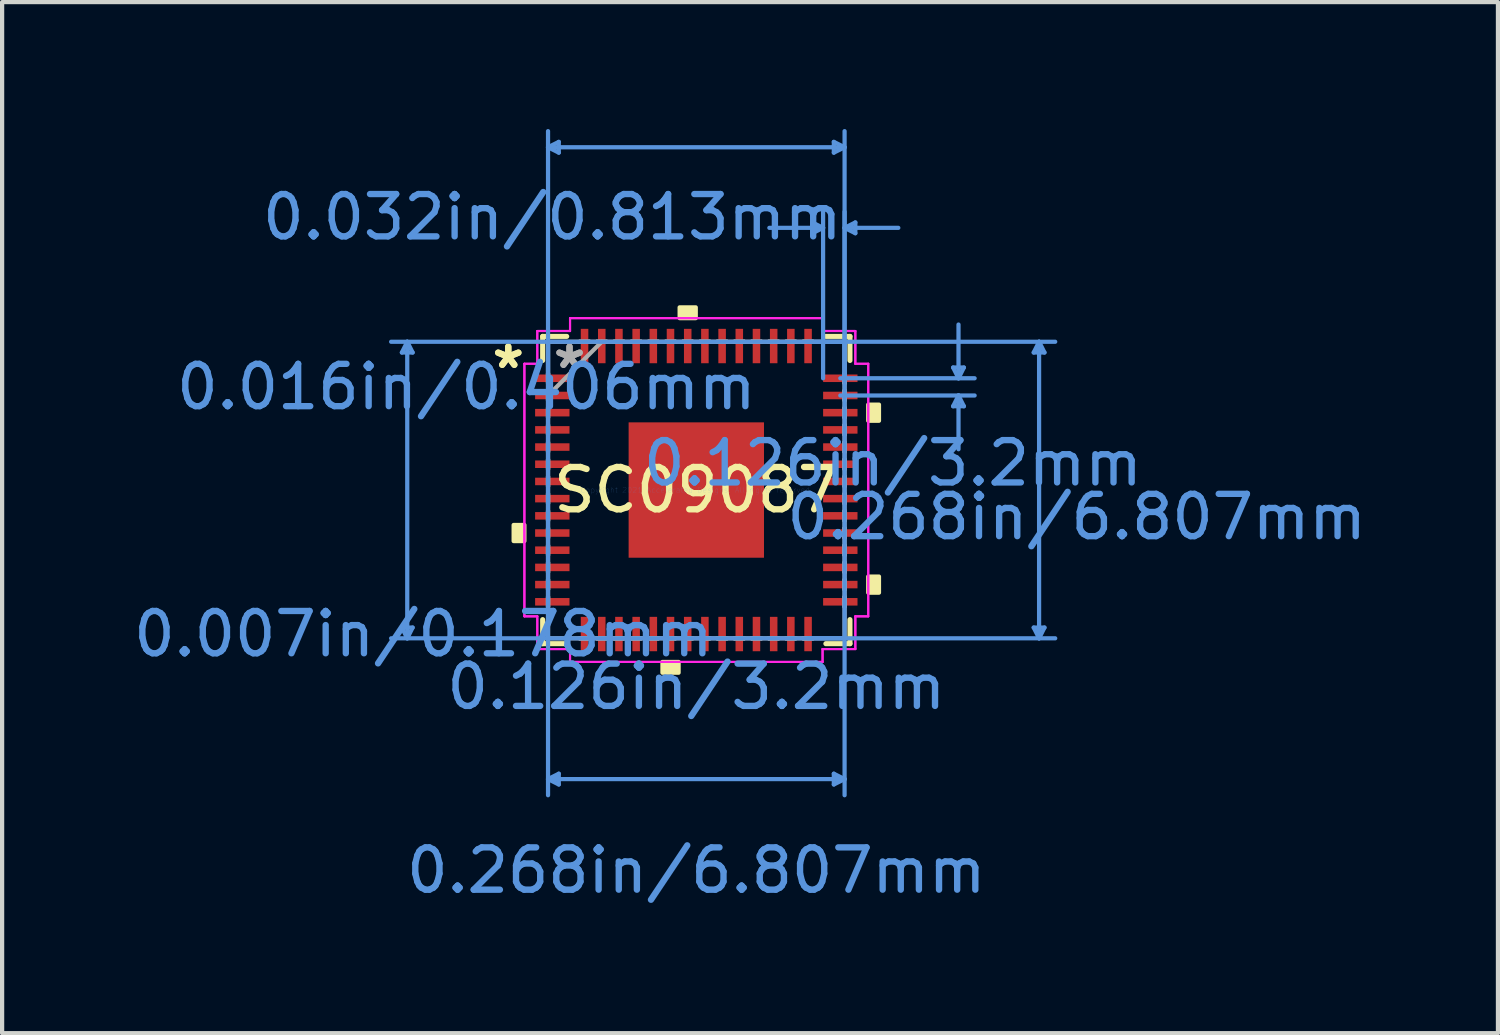
<source format=kicad_pcb>
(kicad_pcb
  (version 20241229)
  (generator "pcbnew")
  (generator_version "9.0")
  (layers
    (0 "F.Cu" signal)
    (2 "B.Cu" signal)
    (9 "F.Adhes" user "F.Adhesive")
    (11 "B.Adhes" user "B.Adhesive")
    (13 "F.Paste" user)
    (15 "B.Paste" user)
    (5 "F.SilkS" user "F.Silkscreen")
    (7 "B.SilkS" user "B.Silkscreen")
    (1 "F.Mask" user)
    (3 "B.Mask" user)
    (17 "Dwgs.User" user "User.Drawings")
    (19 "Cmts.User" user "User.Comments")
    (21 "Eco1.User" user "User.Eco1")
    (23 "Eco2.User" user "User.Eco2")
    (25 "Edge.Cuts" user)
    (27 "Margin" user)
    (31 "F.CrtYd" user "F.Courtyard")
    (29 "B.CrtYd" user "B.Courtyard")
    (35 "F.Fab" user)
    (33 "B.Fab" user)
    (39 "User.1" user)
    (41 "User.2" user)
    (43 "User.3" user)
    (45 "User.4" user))
  (footprint "SC09087"
    (layer "F.Cu")
    (at 13.41 8.534)
    (property "Reference" "SC09087" (at 0 0 0) (layer "F.SilkS") (effects (font (size 1 1) (thickness 0.15))))
    (attr through_hole)
    (fp_line (start -3.632 -3.632) (end -3.632 -3.063) (stroke (width 0.12) (type solid)) (layer "F.SilkS"))
    (fp_line (start -3.632 3.063) (end -3.632 3.632) (stroke (width 0.12) (type solid)) (layer "F.SilkS"))
    (fp_line (start -3.632 3.632) (end -3.063 3.632) (stroke (width 0.12) (type solid)) (layer "F.SilkS"))
    (fp_line (start -3.063 -3.632) (end -3.632 -3.632) (stroke (width 0.12) (type solid)) (layer "F.SilkS"))
    (fp_line (start 3.063 3.632) (end 3.632 3.632) (stroke (width 0.12) (type solid)) (layer "F.SilkS"))
    (fp_line (start 3.632 -3.632) (end 3.063 -3.632) (stroke (width 0.12) (type solid)) (layer "F.SilkS"))
    (fp_line (start 3.632 -3.063) (end 3.632 -3.632) (stroke (width 0.12) (type solid)) (layer "F.SilkS"))
    (fp_line (start 3.632 3.632) (end 3.632 3.063) (stroke (width 0.12) (type solid)) (layer "F.SilkS"))
    (fp_poly (pts (xy -4.318 0.826) (xy -4.318 1.206) (xy -4.064 1.206) (xy -4.064 0.826)) (stroke (width 0.1) (type solid)) (fill yes) (layer "F.SilkS"))
    (fp_poly (pts (xy -0.8 4.064) (xy -0.8 4.318) (xy -0.419 4.318) (xy -0.419 4.064)) (stroke (width 0.1) (type solid)) (fill yes) (layer "F.SilkS"))
    (fp_poly (pts (xy -0.394 -4.064) (xy -0.394 -4.318) (xy -0.013 -4.318) (xy -0.013 -4.064)) (stroke (width 0.1) (type solid)) (fill yes) (layer "F.SilkS"))
    (fp_poly (pts (xy 4.318 -2.019) (xy 4.318 -1.638) (xy 4.064 -1.638) (xy 4.064 -2.019)) (stroke (width 0.1) (type solid)) (fill yes) (layer "F.SilkS"))
    (fp_poly (pts (xy 4.318 2.045) (xy 4.318 2.426) (xy 4.064 2.426) (xy 4.064 2.045)) (stroke (width 0.1) (type solid)) (fill yes) (layer "F.SilkS"))
    (fp_poly (pts (xy -1.5 -1.5) (xy -1.5 -0.1) (xy -0.1 -0.1) (xy -0.1 -1.5)) (stroke (width 0.1) (type solid)) (fill yes) (layer "F.Paste"))
    (fp_poly (pts (xy -1.5 0.1) (xy -1.5 1.5) (xy -0.1 1.5) (xy -0.1 0.1)) (stroke (width 0.1) (type solid)) (fill yes) (layer "F.Paste"))
    (fp_poly (pts (xy 0.1 -1.5) (xy 0.1 -0.1) (xy 1.5 -0.1) (xy 1.5 -1.5)) (stroke (width 0.1) (type solid)) (fill yes) (layer "F.Paste"))
    (fp_poly (pts (xy 0.1 0.1) (xy 0.1 1.5) (xy 1.5 1.5) (xy 1.5 0.1)) (stroke (width 0.1) (type solid)) (fill yes) (layer "F.Paste"))
    (fp_line (start -6.96 -3.251) (end -6.706 -3.251) (stroke (width 0.1) (type solid)) (layer "Cmts.User"))
    (fp_line (start -6.96 3.251) (end -6.706 3.251) (stroke (width 0.1) (type solid)) (layer "Cmts.User"))
    (fp_line (start -6.833 -3.505) (end -6.96 -3.251) (stroke (width 0.1) (type solid)) (layer "Cmts.User"))
    (fp_line (start -6.833 -3.505) (end -6.833 3.505) (stroke (width 0.1) (type solid)) (layer "Cmts.User"))
    (fp_line (start -6.833 -3.505) (end -6.706 -3.251) (stroke (width 0.1) (type solid)) (layer "Cmts.User"))
    (fp_line (start -6.833 3.505) (end -6.96 3.251) (stroke (width 0.1) (type solid)) (layer "Cmts.User"))
    (fp_line (start -6.833 3.505) (end -6.706 3.251) (stroke (width 0.1) (type solid)) (layer "Cmts.User"))
    (fp_line (start -3.505 -8.103) (end -3.251 -8.23) (stroke (width 0.1) (type solid)) (layer "Cmts.User"))
    (fp_line (start -3.505 -8.103) (end -3.251 -7.976) (stroke (width 0.1) (type solid)) (layer "Cmts.User"))
    (fp_line (start -3.505 -8.103) (end 3.505 -8.103) (stroke (width 0.1) (type solid)) (layer "Cmts.User"))
    (fp_line (start -3.505 -3.505) (end -3.505 7.214) (stroke (width 0.1) (type solid)) (layer "Cmts.User"))
    (fp_line (start -3.505 -2.642) (end -3.505 -8.484) (stroke (width 0.1) (type solid)) (layer "Cmts.User"))
    (fp_line (start -3.505 6.833) (end -3.251 6.706) (stroke (width 0.1) (type solid)) (layer "Cmts.User"))
    (fp_line (start -3.505 6.833) (end -3.251 6.96) (stroke (width 0.1) (type solid)) (layer "Cmts.User"))
    (fp_line (start -3.505 6.833) (end 3.505 6.833) (stroke (width 0.1) (type solid)) (layer "Cmts.User"))
    (fp_line (start -3.251 -8.23) (end -3.251 -7.976) (stroke (width 0.1) (type solid)) (layer "Cmts.User"))
    (fp_line (start -3.251 6.706) (end -3.251 6.96) (stroke (width 0.1) (type solid)) (layer "Cmts.User"))
    (fp_line (start 2.642 -3.505) (end 8.484 -3.505) (stroke (width 0.1) (type solid)) (layer "Cmts.User"))
    (fp_line (start 2.642 3.505) (end 8.484 3.505) (stroke (width 0.1) (type solid)) (layer "Cmts.User"))
    (fp_line (start 2.743 -6.325) (end 2.743 -6.071) (stroke (width 0.1) (type solid)) (layer "Cmts.User"))
    (fp_line (start 2.997 -6.198) (end 1.727 -6.198) (stroke (width 0.1) (type solid)) (layer "Cmts.User"))
    (fp_line (start 2.997 -6.198) (end 2.743 -6.325) (stroke (width 0.1) (type solid)) (layer "Cmts.User"))
    (fp_line (start 2.997 -6.198) (end 2.743 -6.071) (stroke (width 0.1) (type solid)) (layer "Cmts.User"))
    (fp_line (start 2.997 -2.642) (end 2.997 -6.579) (stroke (width 0.1) (type solid)) (layer "Cmts.User"))
    (fp_line (start 3.251 -8.23) (end 3.251 -7.976) (stroke (width 0.1) (type solid)) (layer "Cmts.User"))
    (fp_line (start 3.251 6.706) (end 3.251 6.96) (stroke (width 0.1) (type solid)) (layer "Cmts.User"))
    (fp_line (start 3.404 -2.642) (end 6.579 -2.642) (stroke (width 0.1) (type solid)) (layer "Cmts.User"))
    (fp_line (start 3.404 -2.235) (end 6.579 -2.235) (stroke (width 0.1) (type solid)) (layer "Cmts.User"))
    (fp_line (start 3.505 -8.103) (end 3.251 -8.23) (stroke (width 0.1) (type solid)) (layer "Cmts.User"))
    (fp_line (start 3.505 -8.103) (end 3.251 -7.976) (stroke (width 0.1) (type solid)) (layer "Cmts.User"))
    (fp_line (start 3.505 -6.198) (end 3.759 -6.325) (stroke (width 0.1) (type solid)) (layer "Cmts.User"))
    (fp_line (start 3.505 -6.198) (end 3.759 -6.071) (stroke (width 0.1) (type solid)) (layer "Cmts.User"))
    (fp_line (start 3.505 -6.198) (end 4.775 -6.198) (stroke (width 0.1) (type solid)) (layer "Cmts.User"))
    (fp_line (start 3.505 -3.505) (end -7.214 -3.505) (stroke (width 0.1) (type solid)) (layer "Cmts.User"))
    (fp_line (start 3.505 -3.505) (end 3.505 7.214) (stroke (width 0.1) (type solid)) (layer "Cmts.User"))
    (fp_line (start 3.505 -2.642) (end 3.505 -8.484) (stroke (width 0.1) (type solid)) (layer "Cmts.User"))
    (fp_line (start 3.505 -2.642) (end 3.505 -6.579) (stroke (width 0.1) (type solid)) (layer "Cmts.User"))
    (fp_line (start 3.505 3.505) (end -7.214 3.505) (stroke (width 0.1) (type solid)) (layer "Cmts.User"))
    (fp_line (start 3.505 6.833) (end 3.251 6.706) (stroke (width 0.1) (type solid)) (layer "Cmts.User"))
    (fp_line (start 3.505 6.833) (end 3.251 6.96) (stroke (width 0.1) (type solid)) (layer "Cmts.User"))
    (fp_line (start 3.759 -6.325) (end 3.759 -6.071) (stroke (width 0.1) (type solid)) (layer "Cmts.User"))
    (fp_line (start 6.071 -2.896) (end 6.325 -2.896) (stroke (width 0.1) (type solid)) (layer "Cmts.User"))
    (fp_line (start 6.071 -1.981) (end 6.325 -1.981) (stroke (width 0.1) (type solid)) (layer "Cmts.User"))
    (fp_line (start 6.198 -2.642) (end 6.071 -2.896) (stroke (width 0.1) (type solid)) (layer "Cmts.User"))
    (fp_line (start 6.198 -2.642) (end 6.198 -3.912) (stroke (width 0.1) (type solid)) (layer "Cmts.User"))
    (fp_line (start 6.198 -2.642) (end 6.325 -2.896) (stroke (width 0.1) (type solid)) (layer "Cmts.User"))
    (fp_line (start 6.198 -2.235) (end 6.071 -1.981) (stroke (width 0.1) (type solid)) (layer "Cmts.User"))
    (fp_line (start 6.198 -2.235) (end 6.198 -0.965) (stroke (width 0.1) (type solid)) (layer "Cmts.User"))
    (fp_line (start 6.198 -2.235) (end 6.325 -1.981) (stroke (width 0.1) (type solid)) (layer "Cmts.User"))
    (fp_line (start 7.976 -3.251) (end 8.23 -3.251) (stroke (width 0.1) (type solid)) (layer "Cmts.User"))
    (fp_line (start 7.976 3.251) (end 8.23 3.251) (stroke (width 0.1) (type solid)) (layer "Cmts.User"))
    (fp_line (start 8.103 -3.505) (end 7.976 -3.251) (stroke (width 0.1) (type solid)) (layer "Cmts.User"))
    (fp_line (start 8.103 -3.505) (end 8.103 3.505) (stroke (width 0.1) (type solid)) (layer "Cmts.User"))
    (fp_line (start 8.103 -3.505) (end 8.23 -3.251) (stroke (width 0.1) (type solid)) (layer "Cmts.User"))
    (fp_line (start 8.103 3.505) (end 7.976 3.251) (stroke (width 0.1) (type solid)) (layer "Cmts.User"))
    (fp_line (start 8.103 3.505) (end 8.23 3.251) (stroke (width 0.1) (type solid)) (layer "Cmts.User"))
    (fp_line (start -4.064 -2.985) (end -3.759 -2.985) (stroke (width 0.05) (type solid)) (layer "F.CrtYd"))
    (fp_line (start -4.064 -2.985) (end -3.759 -2.985) (stroke (width 0.05) (type solid)) (layer "F.CrtYd"))
    (fp_line (start -4.064 2.985) (end -4.064 -2.985) (stroke (width 0.05) (type solid)) (layer "F.CrtYd"))
    (fp_line (start -4.064 2.985) (end -4.064 -2.985) (stroke (width 0.05) (type solid)) (layer "F.CrtYd"))
    (fp_line (start -3.759 -3.759) (end -2.985 -3.759) (stroke (width 0.05) (type solid)) (layer "F.CrtYd"))
    (fp_line (start -3.759 -3.759) (end -2.985 -3.759) (stroke (width 0.05) (type solid)) (layer "F.CrtYd"))
    (fp_line (start -3.759 -2.985) (end -3.759 -3.759) (stroke (width 0.05) (type solid)) (layer "F.CrtYd"))
    (fp_line (start -3.759 -2.985) (end -3.759 -3.759) (stroke (width 0.05) (type solid)) (layer "F.CrtYd"))
    (fp_line (start -3.759 2.985) (end -4.064 2.985) (stroke (width 0.05) (type solid)) (layer "F.CrtYd"))
    (fp_line (start -3.759 2.985) (end -4.064 2.985) (stroke (width 0.05) (type solid)) (layer "F.CrtYd"))
    (fp_line (start -3.759 3.759) (end -3.759 2.985) (stroke (width 0.05) (type solid)) (layer "F.CrtYd"))
    (fp_line (start -3.759 3.759) (end -3.759 2.985) (stroke (width 0.05) (type solid)) (layer "F.CrtYd"))
    (fp_line (start -2.985 -4.064) (end 2.985 -4.064) (stroke (width 0.05) (type solid)) (layer "F.CrtYd"))
    (fp_line (start -2.985 -4.064) (end 2.985 -4.064) (stroke (width 0.05) (type solid)) (layer "F.CrtYd"))
    (fp_line (start -2.985 -3.759) (end -2.985 -4.064) (stroke (width 0.05) (type solid)) (layer "F.CrtYd"))
    (fp_line (start -2.985 -3.759) (end -2.985 -4.064) (stroke (width 0.05) (type solid)) (layer "F.CrtYd"))
    (fp_line (start -2.985 3.759) (end -3.759 3.759) (stroke (width 0.05) (type solid)) (layer "F.CrtYd"))
    (fp_line (start -2.985 3.759) (end -3.759 3.759) (stroke (width 0.05) (type solid)) (layer "F.CrtYd"))
    (fp_line (start -2.985 4.064) (end -2.985 3.759) (stroke (width 0.05) (type solid)) (layer "F.CrtYd"))
    (fp_line (start -2.985 4.064) (end -2.985 3.759) (stroke (width 0.05) (type solid)) (layer "F.CrtYd"))
    (fp_line (start 2.985 -4.064) (end 2.985 -3.759) (stroke (width 0.05) (type solid)) (layer "F.CrtYd"))
    (fp_line (start 2.985 -4.064) (end 2.985 -3.759) (stroke (width 0.05) (type solid)) (layer "F.CrtYd"))
    (fp_line (start 2.985 -3.759) (end 3.759 -3.759) (stroke (width 0.05) (type solid)) (layer "F.CrtYd"))
    (fp_line (start 2.985 -3.759) (end 3.759 -3.759) (stroke (width 0.05) (type solid)) (layer "F.CrtYd"))
    (fp_line (start 2.985 3.759) (end 2.985 4.064) (stroke (width 0.05) (type solid)) (layer "F.CrtYd"))
    (fp_line (start 2.985 3.759) (end 2.985 4.064) (stroke (width 0.05) (type solid)) (layer "F.CrtYd"))
    (fp_line (start 2.985 4.064) (end -2.985 4.064) (stroke (width 0.05) (type solid)) (layer "F.CrtYd"))
    (fp_line (start 2.985 4.064) (end -2.985 4.064) (stroke (width 0.05) (type solid)) (layer "F.CrtYd"))
    (fp_line (start 3.759 -3.759) (end 3.759 -2.985) (stroke (width 0.05) (type solid)) (layer "F.CrtYd"))
    (fp_line (start 3.759 -3.759) (end 3.759 -2.985) (stroke (width 0.05) (type solid)) (layer "F.CrtYd"))
    (fp_line (start 3.759 -2.985) (end 4.064 -2.985) (stroke (width 0.05) (type solid)) (layer "F.CrtYd"))
    (fp_line (start 3.759 -2.985) (end 4.064 -2.985) (stroke (width 0.05) (type solid)) (layer "F.CrtYd"))
    (fp_line (start 3.759 2.985) (end 3.759 3.759) (stroke (width 0.05) (type solid)) (layer "F.CrtYd"))
    (fp_line (start 3.759 2.985) (end 3.759 3.759) (stroke (width 0.05) (type solid)) (layer "F.CrtYd"))
    (fp_line (start 3.759 3.759) (end 2.985 3.759) (stroke (width 0.05) (type solid)) (layer "F.CrtYd"))
    (fp_line (start 3.759 3.759) (end 2.985 3.759) (stroke (width 0.05) (type solid)) (layer "F.CrtYd"))
    (fp_line (start 4.064 -2.985) (end 4.064 2.985) (stroke (width 0.05) (type solid)) (layer "F.CrtYd"))
    (fp_line (start 4.064 -2.985) (end 4.064 2.985) (stroke (width 0.05) (type solid)) (layer "F.CrtYd"))
    (fp_line (start 4.064 2.985) (end 3.759 2.985) (stroke (width 0.05) (type solid)) (layer "F.CrtYd"))
    (fp_line (start 4.064 2.985) (end 3.759 2.985) (stroke (width 0.05) (type solid)) (layer "F.CrtYd"))
    (fp_line (start -3.505 -3.505) (end -3.505 -3.505) (stroke (width 0.1) (type solid)) (layer "F.Fab"))
    (fp_line (start -3.505 -3.505) (end -3.505 3.505) (stroke (width 0.1) (type solid)) (layer "F.Fab"))
    (fp_line (start -3.505 -2.756) (end -3.505 -2.756) (stroke (width 0.1) (type solid)) (layer "F.Fab"))
    (fp_line (start -3.505 -2.756) (end -3.505 -2.527) (stroke (width 0.1) (type solid)) (layer "F.Fab"))
    (fp_line (start -3.505 -2.527) (end -3.505 -2.756) (stroke (width 0.1) (type solid)) (layer "F.Fab"))
    (fp_line (start -3.505 -2.527) (end -3.505 -2.527) (stroke (width 0.1) (type solid)) (layer "F.Fab"))
    (fp_line (start -3.505 -2.349) (end -3.505 -2.349) (stroke (width 0.1) (type solid)) (layer "F.Fab"))
    (fp_line (start -3.505 -2.349) (end -3.505 -2.121) (stroke (width 0.1) (type solid)) (layer "F.Fab"))
    (fp_line (start -3.505 -2.235) (end -2.235 -3.505) (stroke (width 0.1) (type solid)) (layer "F.Fab"))
    (fp_line (start -3.505 -2.121) (end -3.505 -2.349) (stroke (width 0.1) (type solid)) (layer "F.Fab"))
    (fp_line (start -3.505 -2.121) (end -3.505 -2.121) (stroke (width 0.1) (type solid)) (layer "F.Fab"))
    (fp_line (start -3.505 -1.943) (end -3.505 -1.943) (stroke (width 0.1) (type solid)) (layer "F.Fab"))
    (fp_line (start -3.505 -1.943) (end -3.505 -1.714) (stroke (width 0.1) (type solid)) (layer "F.Fab"))
    (fp_line (start -3.505 -1.714) (end -3.505 -1.943) (stroke (width 0.1) (type solid)) (layer "F.Fab"))
    (fp_line (start -3.505 -1.714) (end -3.505 -1.714) (stroke (width 0.1) (type solid)) (layer "F.Fab"))
    (fp_line (start -3.505 -1.537) (end -3.505 -1.537) (stroke (width 0.1) (type solid)) (layer "F.Fab"))
    (fp_line (start -3.505 -1.537) (end -3.505 -1.308) (stroke (width 0.1) (type solid)) (layer "F.Fab"))
    (fp_line (start -3.505 -1.308) (end -3.505 -1.537) (stroke (width 0.1) (type solid)) (layer "F.Fab"))
    (fp_line (start -3.505 -1.308) (end -3.505 -1.308) (stroke (width 0.1) (type solid)) (layer "F.Fab"))
    (fp_line (start -3.505 -1.13) (end -3.505 -1.13) (stroke (width 0.1) (type solid)) (layer "F.Fab"))
    (fp_line (start -3.505 -1.13) (end -3.505 -0.902) (stroke (width 0.1) (type solid)) (layer "F.Fab"))
    (fp_line (start -3.505 -0.902) (end -3.505 -1.13) (stroke (width 0.1) (type solid)) (layer "F.Fab"))
    (fp_line (start -3.505 -0.902) (end -3.505 -0.902) (stroke (width 0.1) (type solid)) (layer "F.Fab"))
    (fp_line (start -3.505 -0.724) (end -3.505 -0.724) (stroke (width 0.1) (type solid)) (layer "F.Fab"))
    (fp_line (start -3.505 -0.724) (end -3.505 -0.495) (stroke (width 0.1) (type solid)) (layer "F.Fab"))
    (fp_line (start -3.505 -0.495) (end -3.505 -0.724) (stroke (width 0.1) (type solid)) (layer "F.Fab"))
    (fp_line (start -3.505 -0.495) (end -3.505 -0.495) (stroke (width 0.1) (type solid)) (layer "F.Fab"))
    (fp_line (start -3.505 -0.318) (end -3.505 -0.318) (stroke (width 0.1) (type solid)) (layer "F.Fab"))
    (fp_line (start -3.505 -0.318) (end -3.505 -0.089) (stroke (width 0.1) (type solid)) (layer "F.Fab"))
    (fp_line (start -3.505 -0.089) (end -3.505 -0.318) (stroke (width 0.1) (type solid)) (layer "F.Fab"))
    (fp_line (start -3.505 -0.089) (end -3.505 -0.089) (stroke (width 0.1) (type solid)) (layer "F.Fab"))
    (fp_line (start -3.505 0.089) (end -3.505 0.089) (stroke (width 0.1) (type solid)) (layer "F.Fab"))
    (fp_line (start -3.505 0.089) (end -3.505 0.318) (stroke (width 0.1) (type solid)) (layer "F.Fab"))
    (fp_line (start -3.505 0.318) (end -3.505 0.089) (stroke (width 0.1) (type solid)) (layer "F.Fab"))
    (fp_line (start -3.505 0.318) (end -3.505 0.318) (stroke (width 0.1) (type solid)) (layer "F.Fab"))
    (fp_line (start -3.505 0.495) (end -3.505 0.495) (stroke (width 0.1) (type solid)) (layer "F.Fab"))
    (fp_line (start -3.505 0.495) (end -3.505 0.724) (stroke (width 0.1) (type solid)) (layer "F.Fab"))
    (fp_line (start -3.505 0.724) (end -3.505 0.495) (stroke (width 0.1) (type solid)) (layer "F.Fab"))
    (fp_line (start -3.505 0.724) (end -3.505 0.724) (stroke (width 0.1) (type solid)) (layer "F.Fab"))
    (fp_line (start -3.505 0.902) (end -3.505 0.902) (stroke (width 0.1) (type solid)) (layer "F.Fab"))
    (fp_line (start -3.505 0.902) (end -3.505 1.13) (stroke (width 0.1) (type solid)) (layer "F.Fab"))
    (fp_line (start -3.505 1.13) (end -3.505 0.902) (stroke (width 0.1) (type solid)) (layer "F.Fab"))
    (fp_line (start -3.505 1.13) (end -3.505 1.13) (stroke (width 0.1) (type solid)) (layer "F.Fab"))
    (fp_line (start -3.505 1.308) (end -3.505 1.308) (stroke (width 0.1) (type solid)) (layer "F.Fab"))
    (fp_line (start -3.505 1.308) (end -3.505 1.537) (stroke (width 0.1) (type solid)) (layer "F.Fab"))
    (fp_line (start -3.505 1.537) (end -3.505 1.308) (stroke (width 0.1) (type solid)) (layer "F.Fab"))
    (fp_line (start -3.505 1.537) (end -3.505 1.537) (stroke (width 0.1) (type solid)) (layer "F.Fab"))
    (fp_line (start -3.505 1.714) (end -3.505 1.714) (stroke (width 0.1) (type solid)) (layer "F.Fab"))
    (fp_line (start -3.505 1.714) (end -3.505 1.943) (stroke (width 0.1) (type solid)) (layer "F.Fab"))
    (fp_line (start -3.505 1.943) (end -3.505 1.714) (stroke (width 0.1) (type solid)) (layer "F.Fab"))
    (fp_line (start -3.505 1.943) (end -3.505 1.943) (stroke (width 0.1) (type solid)) (layer "F.Fab"))
    (fp_line (start -3.505 2.121) (end -3.505 2.121) (stroke (width 0.1) (type solid)) (layer "F.Fab"))
    (fp_line (start -3.505 2.121) (end -3.505 2.349) (stroke (width 0.1) (type solid)) (layer "F.Fab"))
    (fp_line (start -3.505 2.349) (end -3.505 2.121) (stroke (width 0.1) (type solid)) (layer "F.Fab"))
    (fp_line (start -3.505 2.349) (end -3.505 2.349) (stroke (width 0.1) (type solid)) (layer "F.Fab"))
    (fp_line (start -3.505 2.527) (end -3.505 2.527) (stroke (width 0.1) (type solid)) (layer "F.Fab"))
    (fp_line (start -3.505 2.527) (end -3.505 2.756) (stroke (width 0.1) (type solid)) (layer "F.Fab"))
    (fp_line (start -3.505 2.756) (end -3.505 2.527) (stroke (width 0.1) (type solid)) (layer "F.Fab"))
    (fp_line (start -3.505 2.756) (end -3.505 2.756) (stroke (width 0.1) (type solid)) (layer "F.Fab"))
    (fp_line (start -3.505 3.505) (end -3.505 3.505) (stroke (width 0.1) (type solid)) (layer "F.Fab"))
    (fp_line (start -3.505 3.505) (end 3.505 3.505) (stroke (width 0.1) (type solid)) (layer "F.Fab"))
    (fp_line (start -2.756 -3.505) (end -2.756 -3.505) (stroke (width 0.1) (type solid)) (layer "F.Fab"))
    (fp_line (start -2.756 -3.505) (end -2.527 -3.505) (stroke (width 0.1) (type solid)) (layer "F.Fab"))
    (fp_line (start -2.756 3.505) (end -2.756 3.505) (stroke (width 0.1) (type solid)) (layer "F.Fab"))
    (fp_line (start -2.756 3.505) (end -2.527 3.505) (stroke (width 0.1) (type solid)) (layer "F.Fab"))
    (fp_line (start -2.527 -3.505) (end -2.756 -3.505) (stroke (width 0.1) (type solid)) (layer "F.Fab"))
    (fp_line (start -2.527 -3.505) (end -2.527 -3.505) (stroke (width 0.1) (type solid)) (layer "F.Fab"))
    (fp_line (start -2.527 3.505) (end -2.756 3.505) (stroke (width 0.1) (type solid)) (layer "F.Fab"))
    (fp_line (start -2.527 3.505) (end -2.527 3.505) (stroke (width 0.1) (type solid)) (layer "F.Fab"))
    (fp_line (start -2.349 -3.505) (end -2.349 -3.505) (stroke (width 0.1) (type solid)) (layer "F.Fab"))
    (fp_line (start -2.349 -3.505) (end -2.121 -3.505) (stroke (width 0.1) (type solid)) (layer "F.Fab"))
    (fp_line (start -2.349 3.505) (end -2.349 3.505) (stroke (width 0.1) (type solid)) (layer "F.Fab"))
    (fp_line (start -2.349 3.505) (end -2.121 3.505) (stroke (width 0.1) (type solid)) (layer "F.Fab"))
    (fp_line (start -2.121 -3.505) (end -2.349 -3.505) (stroke (width 0.1) (type solid)) (layer "F.Fab"))
    (fp_line (start -2.121 -3.505) (end -2.121 -3.505) (stroke (width 0.1) (type solid)) (layer "F.Fab"))
    (fp_line (start -2.121 3.505) (end -2.349 3.505) (stroke (width 0.1) (type solid)) (layer "F.Fab"))
    (fp_line (start -2.121 3.505) (end -2.121 3.505) (stroke (width 0.1) (type solid)) (layer "F.Fab"))
    (fp_line (start -1.943 -3.505) (end -1.943 -3.505) (stroke (width 0.1) (type solid)) (layer "F.Fab"))
    (fp_line (start -1.943 -3.505) (end -1.714 -3.505) (stroke (width 0.1) (type solid)) (layer "F.Fab"))
    (fp_line (start -1.943 3.505) (end -1.943 3.505) (stroke (width 0.1) (type solid)) (layer "F.Fab"))
    (fp_line (start -1.943 3.505) (end -1.714 3.505) (stroke (width 0.1) (type solid)) (layer "F.Fab"))
    (fp_line (start -1.714 -3.505) (end -1.943 -3.505) (stroke (width 0.1) (type solid)) (layer "F.Fab"))
    (fp_line (start -1.714 -3.505) (end -1.714 -3.505) (stroke (width 0.1) (type solid)) (layer "F.Fab"))
    (fp_line (start -1.714 3.505) (end -1.943 3.505) (stroke (width 0.1) (type solid)) (layer "F.Fab"))
    (fp_line (start -1.714 3.505) (end -1.714 3.505) (stroke (width 0.1) (type solid)) (layer "F.Fab"))
    (fp_line (start -1.537 -3.505) (end -1.537 -3.505) (stroke (width 0.1) (type solid)) (layer "F.Fab"))
    (fp_line (start -1.537 -3.505) (end -1.308 -3.505) (stroke (width 0.1) (type solid)) (layer "F.Fab"))
    (fp_line (start -1.537 3.505) (end -1.537 3.505) (stroke (width 0.1) (type solid)) (layer "F.Fab"))
    (fp_line (start -1.537 3.505) (end -1.308 3.505) (stroke (width 0.1) (type solid)) (layer "F.Fab"))
    (fp_line (start -1.308 -3.505) (end -1.537 -3.505) (stroke (width 0.1) (type solid)) (layer "F.Fab"))
    (fp_line (start -1.308 -3.505) (end -1.308 -3.505) (stroke (width 0.1) (type solid)) (layer "F.Fab"))
    (fp_line (start -1.308 3.505) (end -1.537 3.505) (stroke (width 0.1) (type solid)) (layer "F.Fab"))
    (fp_line (start -1.308 3.505) (end -1.308 3.505) (stroke (width 0.1) (type solid)) (layer "F.Fab"))
    (fp_line (start -1.13 -3.505) (end -1.13 -3.505) (stroke (width 0.1) (type solid)) (layer "F.Fab"))
    (fp_line (start -1.13 -3.505) (end -0.902 -3.505) (stroke (width 0.1) (type solid)) (layer "F.Fab"))
    (fp_line (start -1.13 3.505) (end -1.13 3.505) (stroke (width 0.1) (type solid)) (layer "F.Fab"))
    (fp_line (start -1.13 3.505) (end -0.902 3.505) (stroke (width 0.1) (type solid)) (layer "F.Fab"))
    (fp_line (start -0.902 -3.505) (end -1.13 -3.505) (stroke (width 0.1) (type solid)) (layer "F.Fab"))
    (fp_line (start -0.902 -3.505) (end -0.902 -3.505) (stroke (width 0.1) (type solid)) (layer "F.Fab"))
    (fp_line (start -0.902 3.505) (end -1.13 3.505) (stroke (width 0.1) (type solid)) (layer "F.Fab"))
    (fp_line (start -0.902 3.505) (end -0.902 3.505) (stroke (width 0.1) (type solid)) (layer "F.Fab"))
    (fp_line (start -0.724 -3.505) (end -0.724 -3.505) (stroke (width 0.1) (type solid)) (layer "F.Fab"))
    (fp_line (start -0.724 -3.505) (end -0.495 -3.505) (stroke (width 0.1) (type solid)) (layer "F.Fab"))
    (fp_line (start -0.724 3.505) (end -0.724 3.505) (stroke (width 0.1) (type solid)) (layer "F.Fab"))
    (fp_line (start -0.724 3.505) (end -0.495 3.505) (stroke (width 0.1) (type solid)) (layer "F.Fab"))
    (fp_line (start -0.495 -3.505) (end -0.724 -3.505) (stroke (width 0.1) (type solid)) (layer "F.Fab"))
    (fp_line (start -0.495 -3.505) (end -0.495 -3.505) (stroke (width 0.1) (type solid)) (layer "F.Fab"))
    (fp_line (start -0.495 3.505) (end -0.724 3.505) (stroke (width 0.1) (type solid)) (layer "F.Fab"))
    (fp_line (start -0.495 3.505) (end -0.495 3.505) (stroke (width 0.1) (type solid)) (layer "F.Fab"))
    (fp_line (start -0.318 -3.505) (end -0.318 -3.505) (stroke (width 0.1) (type solid)) (layer "F.Fab"))
    (fp_line (start -0.318 -3.505) (end -0.089 -3.505) (stroke (width 0.1) (type solid)) (layer "F.Fab"))
    (fp_line (start -0.318 3.505) (end -0.318 3.505) (stroke (width 0.1) (type solid)) (layer "F.Fab"))
    (fp_line (start -0.318 3.505) (end -0.089 3.505) (stroke (width 0.1) (type solid)) (layer "F.Fab"))
    (fp_line (start -0.089 -3.505) (end -0.318 -3.505) (stroke (width 0.1) (type solid)) (layer "F.Fab"))
    (fp_line (start -0.089 -3.505) (end -0.089 -3.505) (stroke (width 0.1) (type solid)) (layer "F.Fab"))
    (fp_line (start -0.089 3.505) (end -0.318 3.505) (stroke (width 0.1) (type solid)) (layer "F.Fab"))
    (fp_line (start -0.089 3.505) (end -0.089 3.505) (stroke (width 0.1) (type solid)) (layer "F.Fab"))
    (fp_line (start 0.089 -3.505) (end 0.089 -3.505) (stroke (width 0.1) (type solid)) (layer "F.Fab"))
    (fp_line (start 0.089 -3.505) (end 0.318 -3.505) (stroke (width 0.1) (type solid)) (layer "F.Fab"))
    (fp_line (start 0.089 3.505) (end 0.089 3.505) (stroke (width 0.1) (type solid)) (layer "F.Fab"))
    (fp_line (start 0.089 3.505) (end 0.318 3.505) (stroke (width 0.1) (type solid)) (layer "F.Fab"))
    (fp_line (start 0.318 -3.505) (end 0.089 -3.505) (stroke (width 0.1) (type solid)) (layer "F.Fab"))
    (fp_line (start 0.318 -3.505) (end 0.318 -3.505) (stroke (width 0.1) (type solid)) (layer "F.Fab"))
    (fp_line (start 0.318 3.505) (end 0.089 3.505) (stroke (width 0.1) (type solid)) (layer "F.Fab"))
    (fp_line (start 0.318 3.505) (end 0.318 3.505) (stroke (width 0.1) (type solid)) (layer "F.Fab"))
    (fp_line (start 0.495 -3.505) (end 0.495 -3.505) (stroke (width 0.1) (type solid)) (layer "F.Fab"))
    (fp_line (start 0.495 -3.505) (end 0.724 -3.505) (stroke (width 0.1) (type solid)) (layer "F.Fab"))
    (fp_line (start 0.495 3.505) (end 0.495 3.505) (stroke (width 0.1) (type solid)) (layer "F.Fab"))
    (fp_line (start 0.495 3.505) (end 0.724 3.505) (stroke (width 0.1) (type solid)) (layer "F.Fab"))
    (fp_line (start 0.724 -3.505) (end 0.495 -3.505) (stroke (width 0.1) (type solid)) (layer "F.Fab"))
    (fp_line (start 0.724 -3.505) (end 0.724 -3.505) (stroke (width 0.1) (type solid)) (layer "F.Fab"))
    (fp_line (start 0.724 3.505) (end 0.495 3.505) (stroke (width 0.1) (type solid)) (layer "F.Fab"))
    (fp_line (start 0.724 3.505) (end 0.724 3.505) (stroke (width 0.1) (type solid)) (layer "F.Fab"))
    (fp_line (start 0.902 -3.505) (end 0.902 -3.505) (stroke (width 0.1) (type solid)) (layer "F.Fab"))
    (fp_line (start 0.902 -3.505) (end 1.13 -3.505) (stroke (width 0.1) (type solid)) (layer "F.Fab"))
    (fp_line (start 0.902 3.505) (end 0.902 3.505) (stroke (width 0.1) (type solid)) (layer "F.Fab"))
    (fp_line (start 0.902 3.505) (end 1.13 3.505) (stroke (width 0.1) (type solid)) (layer "F.Fab"))
    (fp_line (start 1.13 -3.505) (end 0.902 -3.505) (stroke (width 0.1) (type solid)) (layer "F.Fab"))
    (fp_line (start 1.13 -3.505) (end 1.13 -3.505) (stroke (width 0.1) (type solid)) (layer "F.Fab"))
    (fp_line (start 1.13 3.505) (end 0.902 3.505) (stroke (width 0.1) (type solid)) (layer "F.Fab"))
    (fp_line (start 1.13 3.505) (end 1.13 3.505) (stroke (width 0.1) (type solid)) (layer "F.Fab"))
    (fp_line (start 1.308 -3.505) (end 1.308 -3.505) (stroke (width 0.1) (type solid)) (layer "F.Fab"))
    (fp_line (start 1.308 -3.505) (end 1.537 -3.505) (stroke (width 0.1) (type solid)) (layer "F.Fab"))
    (fp_line (start 1.308 3.505) (end 1.308 3.505) (stroke (width 0.1) (type solid)) (layer "F.Fab"))
    (fp_line (start 1.308 3.505) (end 1.537 3.505) (stroke (width 0.1) (type solid)) (layer "F.Fab"))
    (fp_line (start 1.537 -3.505) (end 1.308 -3.505) (stroke (width 0.1) (type solid)) (layer "F.Fab"))
    (fp_line (start 1.537 -3.505) (end 1.537 -3.505) (stroke (width 0.1) (type solid)) (layer "F.Fab"))
    (fp_line (start 1.537 3.505) (end 1.308 3.505) (stroke (width 0.1) (type solid)) (layer "F.Fab"))
    (fp_line (start 1.537 3.505) (end 1.537 3.505) (stroke (width 0.1) (type solid)) (layer "F.Fab"))
    (fp_line (start 1.714 -3.505) (end 1.714 -3.505) (stroke (width 0.1) (type solid)) (layer "F.Fab"))
    (fp_line (start 1.714 -3.505) (end 1.943 -3.505) (stroke (width 0.1) (type solid)) (layer "F.Fab"))
    (fp_line (start 1.714 3.505) (end 1.714 3.505) (stroke (width 0.1) (type solid)) (layer "F.Fab"))
    (fp_line (start 1.714 3.505) (end 1.943 3.505) (stroke (width 0.1) (type solid)) (layer "F.Fab"))
    (fp_line (start 1.943 -3.505) (end 1.714 -3.505) (stroke (width 0.1) (type solid)) (layer "F.Fab"))
    (fp_line (start 1.943 -3.505) (end 1.943 -3.505) (stroke (width 0.1) (type solid)) (layer "F.Fab"))
    (fp_line (start 1.943 3.505) (end 1.714 3.505) (stroke (width 0.1) (type solid)) (layer "F.Fab"))
    (fp_line (start 1.943 3.505) (end 1.943 3.505) (stroke (width 0.1) (type solid)) (layer "F.Fab"))
    (fp_line (start 2.121 -3.505) (end 2.121 -3.505) (stroke (width 0.1) (type solid)) (layer "F.Fab"))
    (fp_line (start 2.121 -3.505) (end 2.349 -3.505) (stroke (width 0.1) (type solid)) (layer "F.Fab"))
    (fp_line (start 2.121 3.505) (end 2.121 3.505) (stroke (width 0.1) (type solid)) (layer "F.Fab"))
    (fp_line (start 2.121 3.505) (end 2.349 3.505) (stroke (width 0.1) (type solid)) (layer "F.Fab"))
    (fp_line (start 2.349 -3.505) (end 2.121 -3.505) (stroke (width 0.1) (type solid)) (layer "F.Fab"))
    (fp_line (start 2.349 -3.505) (end 2.349 -3.505) (stroke (width 0.1) (type solid)) (layer "F.Fab"))
    (fp_line (start 2.349 3.505) (end 2.121 3.505) (stroke (width 0.1) (type solid)) (layer "F.Fab"))
    (fp_line (start 2.349 3.505) (end 2.349 3.505) (stroke (width 0.1) (type solid)) (layer "F.Fab"))
    (fp_line (start 2.527 -3.505) (end 2.527 -3.505) (stroke (width 0.1) (type solid)) (layer "F.Fab"))
    (fp_line (start 2.527 -3.505) (end 2.756 -3.505) (stroke (width 0.1) (type solid)) (layer "F.Fab"))
    (fp_line (start 2.527 3.505) (end 2.527 3.505) (stroke (width 0.1) (type solid)) (layer "F.Fab"))
    (fp_line (start 2.527 3.505) (end 2.756 3.505) (stroke (width 0.1) (type solid)) (layer "F.Fab"))
    (fp_line (start 2.756 -3.505) (end 2.527 -3.505) (stroke (width 0.1) (type solid)) (layer "F.Fab"))
    (fp_line (start 2.756 -3.505) (end 2.756 -3.505) (stroke (width 0.1) (type solid)) (layer "F.Fab"))
    (fp_line (start 2.756 3.505) (end 2.527 3.505) (stroke (width 0.1) (type solid)) (layer "F.Fab"))
    (fp_line (start 2.756 3.505) (end 2.756 3.505) (stroke (width 0.1) (type solid)) (layer "F.Fab"))
    (fp_line (start 3.505 -3.505) (end -3.505 -3.505) (stroke (width 0.1) (type solid)) (layer "F.Fab"))
    (fp_line (start 3.505 -3.505) (end 3.505 -3.505) (stroke (width 0.1) (type solid)) (layer "F.Fab"))
    (fp_line (start 3.505 -2.756) (end 3.505 -2.756) (stroke (width 0.1) (type solid)) (layer "F.Fab"))
    (fp_line (start 3.505 -2.756) (end 3.505 -2.527) (stroke (width 0.1) (type solid)) (layer "F.Fab"))
    (fp_line (start 3.505 -2.527) (end 3.505 -2.756) (stroke (width 0.1) (type solid)) (layer "F.Fab"))
    (fp_line (start 3.505 -2.527) (end 3.505 -2.527) (stroke (width 0.1) (type solid)) (layer "F.Fab"))
    (fp_line (start 3.505 -2.349) (end 3.505 -2.349) (stroke (width 0.1) (type solid)) (layer "F.Fab"))
    (fp_line (start 3.505 -2.349) (end 3.505 -2.121) (stroke (width 0.1) (type solid)) (layer "F.Fab"))
    (fp_line (start 3.505 -2.121) (end 3.505 -2.349) (stroke (width 0.1) (type solid)) (layer "F.Fab"))
    (fp_line (start 3.505 -2.121) (end 3.505 -2.121) (stroke (width 0.1) (type solid)) (layer "F.Fab"))
    (fp_line (start 3.505 -1.943) (end 3.505 -1.943) (stroke (width 0.1) (type solid)) (layer "F.Fab"))
    (fp_line (start 3.505 -1.943) (end 3.505 -1.714) (stroke (width 0.1) (type solid)) (layer "F.Fab"))
    (fp_line (start 3.505 -1.714) (end 3.505 -1.943) (stroke (width 0.1) (type solid)) (layer "F.Fab"))
    (fp_line (start 3.505 -1.714) (end 3.505 -1.714) (stroke (width 0.1) (type solid)) (layer "F.Fab"))
    (fp_line (start 3.505 -1.537) (end 3.505 -1.537) (stroke (width 0.1) (type solid)) (layer "F.Fab"))
    (fp_line (start 3.505 -1.537) (end 3.505 -1.308) (stroke (width 0.1) (type solid)) (layer "F.Fab"))
    (fp_line (start 3.505 -1.308) (end 3.505 -1.537) (stroke (width 0.1) (type solid)) (layer "F.Fab"))
    (fp_line (start 3.505 -1.308) (end 3.505 -1.308) (stroke (width 0.1) (type solid)) (layer "F.Fab"))
    (fp_line (start 3.505 -1.13) (end 3.505 -1.13) (stroke (width 0.1) (type solid)) (layer "F.Fab"))
    (fp_line (start 3.505 -1.13) (end 3.505 -0.902) (stroke (width 0.1) (type solid)) (layer "F.Fab"))
    (fp_line (start 3.505 -0.902) (end 3.505 -1.13) (stroke (width 0.1) (type solid)) (layer "F.Fab"))
    (fp_line (start 3.505 -0.902) (end 3.505 -0.902) (stroke (width 0.1) (type solid)) (layer "F.Fab"))
    (fp_line (start 3.505 -0.724) (end 3.505 -0.724) (stroke (width 0.1) (type solid)) (layer "F.Fab"))
    (fp_line (start 3.505 -0.724) (end 3.505 -0.495) (stroke (width 0.1) (type solid)) (layer "F.Fab"))
    (fp_line (start 3.505 -0.495) (end 3.505 -0.724) (stroke (width 0.1) (type solid)) (layer "F.Fab"))
    (fp_line (start 3.505 -0.495) (end 3.505 -0.495) (stroke (width 0.1) (type solid)) (layer "F.Fab"))
    (fp_line (start 3.505 -0.318) (end 3.505 -0.318) (stroke (width 0.1) (type solid)) (layer "F.Fab"))
    (fp_line (start 3.505 -0.318) (end 3.505 -0.089) (stroke (width 0.1) (type solid)) (layer "F.Fab"))
    (fp_line (start 3.505 -0.089) (end 3.505 -0.318) (stroke (width 0.1) (type solid)) (layer "F.Fab"))
    (fp_line (start 3.505 -0.089) (end 3.505 -0.089) (stroke (width 0.1) (type solid)) (layer "F.Fab"))
    (fp_line (start 3.505 0.089) (end 3.505 0.089) (stroke (width 0.1) (type solid)) (layer "F.Fab"))
    (fp_line (start 3.505 0.089) (end 3.505 0.318) (stroke (width 0.1) (type solid)) (layer "F.Fab"))
    (fp_line (start 3.505 0.318) (end 3.505 0.089) (stroke (width 0.1) (type solid)) (layer "F.Fab"))
    (fp_line (start 3.505 0.318) (end 3.505 0.318) (stroke (width 0.1) (type solid)) (layer "F.Fab"))
    (fp_line (start 3.505 0.495) (end 3.505 0.495) (stroke (width 0.1) (type solid)) (layer "F.Fab"))
    (fp_line (start 3.505 0.495) (end 3.505 0.724) (stroke (width 0.1) (type solid)) (layer "F.Fab"))
    (fp_line (start 3.505 0.724) (end 3.505 0.495) (stroke (width 0.1) (type solid)) (layer "F.Fab"))
    (fp_line (start 3.505 0.724) (end 3.505 0.724) (stroke (width 0.1) (type solid)) (layer "F.Fab"))
    (fp_line (start 3.505 0.902) (end 3.505 0.902) (stroke (width 0.1) (type solid)) (layer "F.Fab"))
    (fp_line (start 3.505 0.902) (end 3.505 1.13) (stroke (width 0.1) (type solid)) (layer "F.Fab"))
    (fp_line (start 3.505 1.13) (end 3.505 0.902) (stroke (width 0.1) (type solid)) (layer "F.Fab"))
    (fp_line (start 3.505 1.13) (end 3.505 1.13) (stroke (width 0.1) (type solid)) (layer "F.Fab"))
    (fp_line (start 3.505 1.308) (end 3.505 1.308) (stroke (width 0.1) (type solid)) (layer "F.Fab"))
    (fp_line (start 3.505 1.308) (end 3.505 1.537) (stroke (width 0.1) (type solid)) (layer "F.Fab"))
    (fp_line (start 3.505 1.537) (end 3.505 1.308) (stroke (width 0.1) (type solid)) (layer "F.Fab"))
    (fp_line (start 3.505 1.537) (end 3.505 1.537) (stroke (width 0.1) (type solid)) (layer "F.Fab"))
    (fp_line (start 3.505 1.714) (end 3.505 1.714) (stroke (width 0.1) (type solid)) (layer "F.Fab"))
    (fp_line (start 3.505 1.714) (end 3.505 1.943) (stroke (width 0.1) (type solid)) (layer "F.Fab"))
    (fp_line (start 3.505 1.943) (end 3.505 1.714) (stroke (width 0.1) (type solid)) (layer "F.Fab"))
    (fp_line (start 3.505 1.943) (end 3.505 1.943) (stroke (width 0.1) (type solid)) (layer "F.Fab"))
    (fp_line (start 3.505 2.121) (end 3.505 2.121) (stroke (width 0.1) (type solid)) (layer "F.Fab"))
    (fp_line (start 3.505 2.121) (end 3.505 2.349) (stroke (width 0.1) (type solid)) (layer "F.Fab"))
    (fp_line (start 3.505 2.349) (end 3.505 2.121) (stroke (width 0.1) (type solid)) (layer "F.Fab"))
    (fp_line (start 3.505 2.349) (end 3.505 2.349) (stroke (width 0.1) (type solid)) (layer "F.Fab"))
    (fp_line (start 3.505 2.527) (end 3.505 2.527) (stroke (width 0.1) (type solid)) (layer "F.Fab"))
    (fp_line (start 3.505 2.527) (end 3.505 2.756) (stroke (width 0.1) (type solid)) (layer "F.Fab"))
    (fp_line (start 3.505 2.756) (end 3.505 2.527) (stroke (width 0.1) (type solid)) (layer "F.Fab"))
    (fp_line (start 3.505 2.756) (end 3.505 2.756) (stroke (width 0.1) (type solid)) (layer "F.Fab"))
    (fp_line (start 3.505 3.505) (end 3.505 -3.505) (stroke (width 0.1) (type solid)) (layer "F.Fab"))
    (fp_line (start 3.505 3.505) (end 3.505 3.505) (stroke (width 0.1) (type solid)) (layer "F.Fab"))
    (fp_text user "*" (at -4.445 -2.845 0) (layer "F.SilkS") (effects (font (size 1 1) (thickness 0.15))))
    (fp_text user "*" (at -4.445 -2.845 0) (layer "F.SilkS") (effects (font (size 1 1) (thickness 0.15))))
    (fp_text user "0.032in/0.813mm" (at -3.404 -6.452 0) (layer "Cmts.User") (effects (font (size 1 1) (thickness 0.15))))
    (fp_text user "Copyright 2021 Accelerated Designs. All rights reserved." (at 0 0 0) (layer "Cmts.User") (effects (font (size 0.127 0.127) (thickness 0.002))))
    (fp_text user "0.268in/6.807mm" (at 8.992 0.635 0) (layer "Cmts.User") (effects (font (size 1 1) (thickness 0.15))))
    (fp_text user "0.007in/0.178mm" (at -6.452 3.404 0) (layer "Cmts.User") (effects (font (size 1 1) (thickness 0.15))))
    (fp_text user "0.126in/3.2mm" (at 0 4.648 0) (layer "Cmts.User") (effects (font (size 1 1) (thickness 0.15))))
    (fp_text user "0.126in/3.2mm" (at 4.648 -0.635 0) (layer "Cmts.User") (effects (font (size 1 1) (thickness 0.15))))
    (fp_text user "0.016in/0.406mm" (at -5.436 -2.438 0) (layer "Cmts.User") (effects (font (size 1 1) (thickness 0.15))))
    (fp_text user "0.268in/6.807mm" (at 0 8.992 0) (layer "Cmts.User") (effects (font (size 1 1) (thickness 0.15))))
    (fp_text user "*" (at -2.997 -2.845 0) (layer "F.Fab") (effects (font (size 1 1) (thickness 0.15))))
    (fp_text user "*" (at -2.997 -2.845 0) (layer "F.Fab") (effects (font (size 1 1) (thickness 0.15))))
    (pad "1" smd rect (at -3.404 -2.642 90) (size 0.178 0.813) (layers "F.Cu" "F.Mask" "F.Paste"))
    (pad "2" smd rect (at -3.404 -2.235 90) (size 0.178 0.813) (layers "F.Cu" "F.Mask" "F.Paste"))
    (pad "3" smd rect (at -3.404 -1.829 90) (size 0.178 0.813) (layers "F.Cu" "F.Mask" "F.Paste"))
    (pad "4" smd rect (at -3.404 -1.422 90) (size 0.178 0.813) (layers "F.Cu" "F.Mask" "F.Paste"))
    (pad "5" smd rect (at -3.404 -1.016 90) (size 0.178 0.813) (layers "F.Cu" "F.Mask" "F.Paste"))
    (pad "6" smd rect (at -3.404 -0.61 90) (size 0.178 0.813) (layers "F.Cu" "F.Mask" "F.Paste"))
    (pad "7" smd rect (at -3.404 -0.203 90) (size 0.178 0.813) (layers "F.Cu" "F.Mask" "F.Paste"))
    (pad "8" smd rect (at -3.404 0.203 90) (size 0.178 0.813) (layers "F.Cu" "F.Mask" "F.Paste"))
    (pad "9" smd rect (at -3.404 0.61 90) (size 0.178 0.813) (layers "F.Cu" "F.Mask" "F.Paste"))
    (pad "10" smd rect (at -3.404 1.016 90) (size 0.178 0.813) (layers "F.Cu" "F.Mask" "F.Paste"))
    (pad "11" smd rect (at -3.404 1.422 90) (size 0.178 0.813) (layers "F.Cu" "F.Mask" "F.Paste"))
    (pad "12" smd rect (at -3.404 1.829 90) (size 0.178 0.813) (layers "F.Cu" "F.Mask" "F.Paste"))
    (pad "13" smd rect (at -3.404 2.235 90) (size 0.178 0.813) (layers "F.Cu" "F.Mask" "F.Paste"))
    (pad "14" smd rect (at -3.404 2.642 90) (size 0.178 0.813) (layers "F.Cu" "F.Mask" "F.Paste"))
    (pad "15" smd rect (at -2.642 3.404) (size 0.178 0.813) (layers "F.Cu" "F.Mask" "F.Paste"))
    (pad "16" smd rect (at -2.235 3.404) (size 0.178 0.813) (layers "F.Cu" "F.Mask" "F.Paste"))
    (pad "17" smd rect (at -1.829 3.404) (size 0.178 0.813) (layers "F.Cu" "F.Mask" "F.Paste"))
    (pad "18" smd rect (at -1.422 3.404) (size 0.178 0.813) (layers "F.Cu" "F.Mask" "F.Paste"))
    (pad "19" smd rect (at -1.016 3.404) (size 0.178 0.813) (layers "F.Cu" "F.Mask" "F.Paste"))
    (pad "20" smd rect (at -0.61 3.404) (size 0.178 0.813) (layers "F.Cu" "F.Mask" "F.Paste"))
    (pad "21" smd rect (at -0.203 3.404) (size 0.178 0.813) (layers "F.Cu" "F.Mask" "F.Paste"))
    (pad "22" smd rect (at 0.203 3.404) (size 0.178 0.813) (layers "F.Cu" "F.Mask" "F.Paste"))
    (pad "23" smd rect (at 0.61 3.404) (size 0.178 0.813) (layers "F.Cu" "F.Mask" "F.Paste"))
    (pad "24" smd rect (at 1.016 3.404) (size 0.178 0.813) (layers "F.Cu" "F.Mask" "F.Paste"))
    (pad "25" smd rect (at 1.422 3.404) (size 0.178 0.813) (layers "F.Cu" "F.Mask" "F.Paste"))
    (pad "26" smd rect (at 1.829 3.404) (size 0.178 0.813) (layers "F.Cu" "F.Mask" "F.Paste"))
    (pad "27" smd rect (at 2.235 3.404) (size 0.178 0.813) (layers "F.Cu" "F.Mask" "F.Paste"))
    (pad "28" smd rect (at 2.642 3.404) (size 0.178 0.813) (layers "F.Cu" "F.Mask" "F.Paste"))
    (pad "29" smd rect (at 3.404 2.642 90) (size 0.178 0.813) (layers "F.Cu" "F.Mask" "F.Paste"))
    (pad "30" smd rect (at 3.404 2.235 90) (size 0.178 0.813) (layers "F.Cu" "F.Mask" "F.Paste"))
    (pad "31" smd rect (at 3.404 1.829 90) (size 0.178 0.813) (layers "F.Cu" "F.Mask" "F.Paste"))
    (pad "32" smd rect (at 3.404 1.422 90) (size 0.178 0.813) (layers "F.Cu" "F.Mask" "F.Paste"))
    (pad "33" smd rect (at 3.404 1.016 90) (size 0.178 0.813) (layers "F.Cu" "F.Mask" "F.Paste"))
    (pad "34" smd rect (at 3.404 0.61 90) (size 0.178 0.813) (layers "F.Cu" "F.Mask" "F.Paste"))
    (pad "35" smd rect (at 3.404 0.203 90) (size 0.178 0.813) (layers "F.Cu" "F.Mask" "F.Paste"))
    (pad "36" smd rect (at 3.404 -0.203 90) (size 0.178 0.813) (layers "F.Cu" "F.Mask" "F.Paste"))
    (pad "37" smd rect (at 3.404 -0.61 90) (size 0.178 0.813) (layers "F.Cu" "F.Mask" "F.Paste"))
    (pad "38" smd rect (at 3.404 -1.016 90) (size 0.178 0.813) (layers "F.Cu" "F.Mask" "F.Paste"))
    (pad "39" smd rect (at 3.404 -1.422 90) (size 0.178 0.813) (layers "F.Cu" "F.Mask" "F.Paste"))
    (pad "40" smd rect (at 3.404 -1.829 90) (size 0.178 0.813) (layers "F.Cu" "F.Mask" "F.Paste"))
    (pad "41" smd rect (at 3.404 -2.235 90) (size 0.178 0.813) (layers "F.Cu" "F.Mask" "F.Paste"))
    (pad "42" smd rect (at 3.404 -2.642 90) (size 0.178 0.813) (layers "F.Cu" "F.Mask" "F.Paste"))
    (pad "43" smd rect (at 2.642 -3.404) (size 0.178 0.813) (layers "F.Cu" "F.Mask" "F.Paste"))
    (pad "44" smd rect (at 2.235 -3.404) (size 0.178 0.813) (layers "F.Cu" "F.Mask" "F.Paste"))
    (pad "45" smd rect (at 1.829 -3.404) (size 0.178 0.813) (layers "F.Cu" "F.Mask" "F.Paste"))
    (pad "46" smd rect (at 1.422 -3.404) (size 0.178 0.813) (layers "F.Cu" "F.Mask" "F.Paste"))
    (pad "47" smd rect (at 1.016 -3.404) (size 0.178 0.813) (layers "F.Cu" "F.Mask" "F.Paste"))
    (pad "48" smd rect (at 0.61 -3.404) (size 0.178 0.813) (layers "F.Cu" "F.Mask" "F.Paste"))
    (pad "49" smd rect (at 0.203 -3.404) (size 0.178 0.813) (layers "F.Cu" "F.Mask" "F.Paste"))
    (pad "50" smd rect (at -0.203 -3.404) (size 0.178 0.813) (layers "F.Cu" "F.Mask" "F.Paste"))
    (pad "51" smd rect (at -0.61 -3.404) (size 0.178 0.813) (layers "F.Cu" "F.Mask" "F.Paste"))
    (pad "52" smd rect (at -1.016 -3.404) (size 0.178 0.813) (layers "F.Cu" "F.Mask" "F.Paste"))
    (pad "53" smd rect (at -1.422 -3.404) (size 0.178 0.813) (layers "F.Cu" "F.Mask" "F.Paste"))
    (pad "54" smd rect (at -1.829 -3.404) (size 0.178 0.813) (layers "F.Cu" "F.Mask" "F.Paste"))
    (pad "55" smd rect (at -2.235 -3.404) (size 0.178 0.813) (layers "F.Cu" "F.Mask" "F.Paste"))
    (pad "56" smd rect (at -2.642 -3.404) (size 0.178 0.813) (layers "F.Cu" "F.Mask" "F.Paste"))
    (pad "57" smd rect (at 0 0) (size 3.2 3.2) (layers "F.Cu" "F.Mask")))
  (gr_rect
    (start -3 -3)
    (end 32.36 21.373)
    (stroke (width 0.1) (type default))
    (fill no)
    (layer "Edge.Cuts")))
</source>
